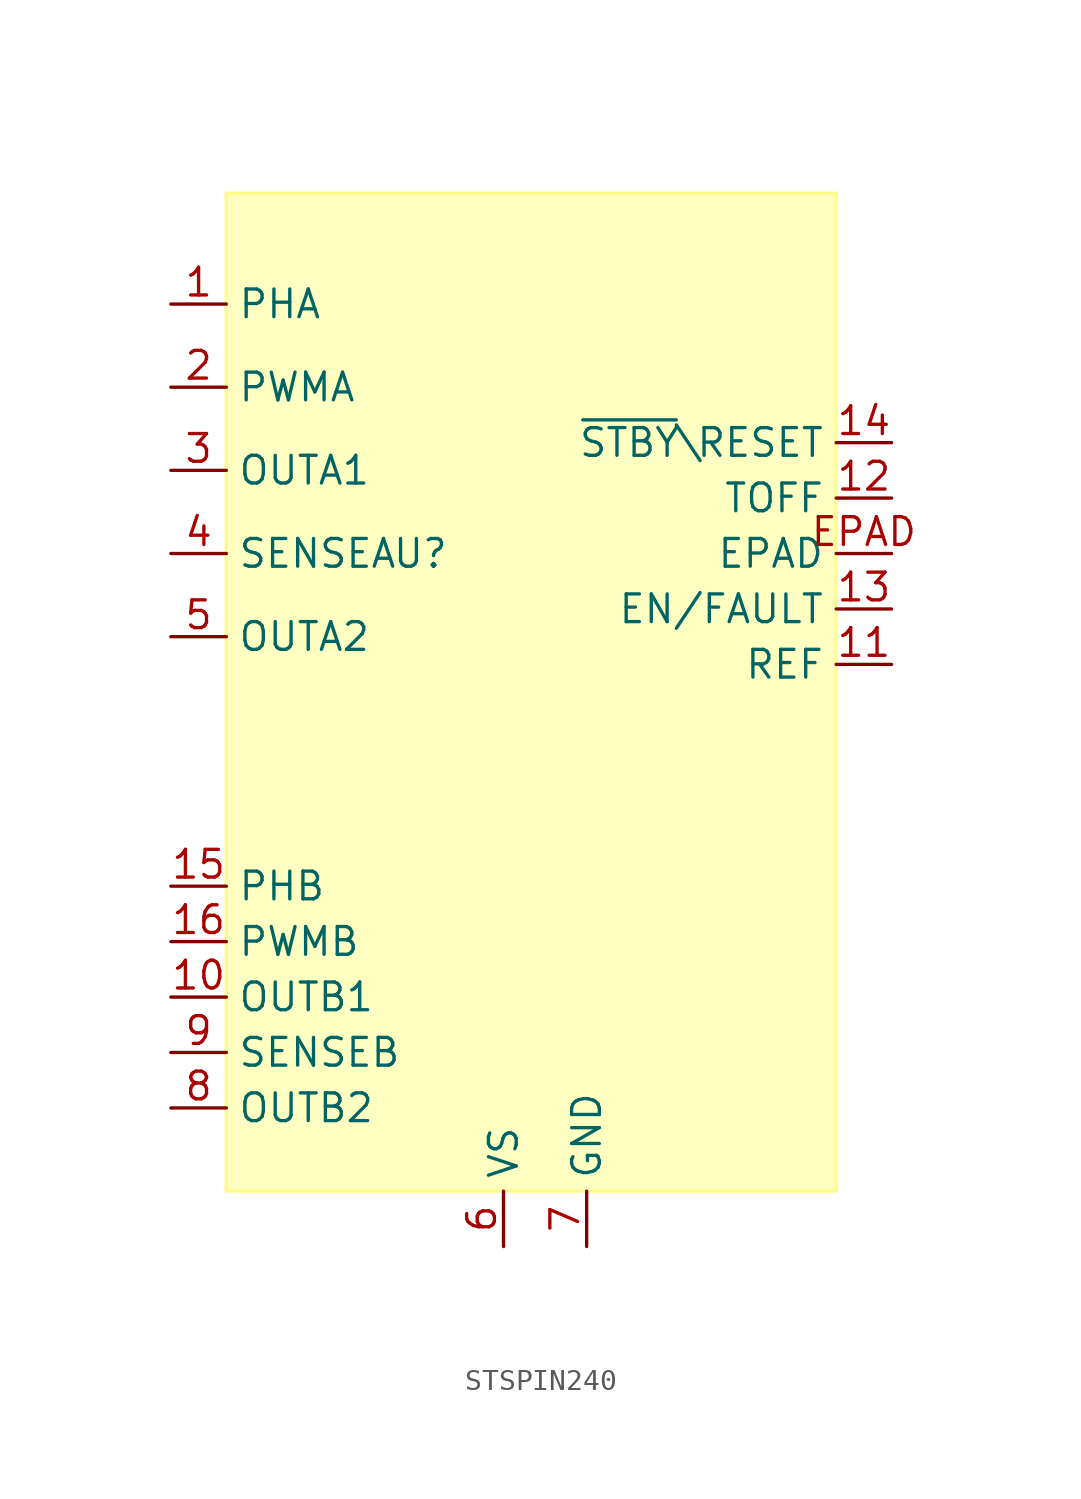
<source format=kicad_sym>
(kicad_symbol_lib
  (version 20220914)
  (generator kicad_symbol_editor)
  (symbol "STSPIN240"
    (property "Reference" "U"
      (at 0 0 0)
      (effects (font (size 1.27 1.27))))
    (property "Value" ""
      (at 0 0 0)
      (effects (font (size 1.27 1.27))))
    (symbol "STSPIN240_1_1"
      (rectangle (start -8.89 16.51) (end 19.05 -29.21) (stroke (width 0) (type solid) (color 255 252 136 1)) (fill (type background)))
      (pin input line (at -11.43 11.43 0) (length 2.54) (name "PHA" (effects (font (size 1.27 1.27)))) (number "1" (effects (font (size 1.27 1.27)))))
      (pin power_out line (at -11.43 -20.32 0) (length 2.54) (name "OUTB1" (effects (font (size 1.27 1.27)))) (number "10" (effects (font (size 1.27 1.27)))))
      (pin input line (at 21.59 -5.08 180) (length 2.54) (name "REF" (effects (font (size 1.27 1.27)))) (number "11" (effects (font (size 1.27 1.27)))))
      (pin input line (at 21.59 2.54 180) (length 2.54) (name "TOFF" (effects (font (size 1.27 1.27)))) (number "12" (effects (font (size 1.27 1.27)))))
      (pin bidirectional line (at 21.59 -2.54 180) (length 2.54) (name "EN/FAULT" (effects (font (size 1.27 1.27)))) (number "13" (effects (font (size 1.27 1.27)))))
      (pin input line (at 21.59 5.08 180) (length 2.54) (name "~{STBY}\\RESET" (effects (font (size 1.27 1.27)))) (number "14" (effects (font (size 1.27 1.27)))))
      (pin input line (at -11.43 -15.24 0) (length 2.54) (name "PHB" (effects (font (size 1.27 1.27)))) (number "15" (effects (font (size 1.27 1.27)))))
      (pin input line (at -11.43 -17.78 0) (length 2.54) (name "PWMB" (effects (font (size 1.27 1.27)))) (number "16" (effects (font (size 1.27 1.27)))))
      (pin input line (at -11.43 7.62 0) (length 2.54) (name "PWMA" (effects (font (size 1.27 1.27)))) (number "2" (effects (font (size 1.27 1.27)))))
      (pin power_out line (at -11.43 3.81 0) (length 2.54) (name "OUTA1" (effects (font (size 1.27 1.27)))) (number "3" (effects (font (size 1.27 1.27)))))
      (pin power_out line (at -11.43 0 0) (length 2.54) (name "SENSEA" (effects (font (size 1.27 1.27)))) (number "4" (effects (font (size 1.27 1.27)))))
      (pin power_out line (at -11.43 -3.81 0) (length 2.54) (name "OUTA2" (effects (font (size 1.27 1.27)))) (number "5" (effects (font (size 1.27 1.27)))))
      (pin power_in line (at 3.81 -31.75 90) (length 2.54) (name "VS" (effects (font (size 1.27 1.27)))) (number "6" (effects (font (size 1.27 1.27)))))
      (pin power_in line (at 7.62 -31.75 90) (length 2.54) (name "GND" (effects (font (size 1.27 1.27)))) (number "7" (effects (font (size 1.27 1.27)))))
      (pin power_out line (at -11.43 -25.4 0) (length 2.54) (name "OUTB2" (effects (font (size 1.27 1.27)))) (number "8" (effects (font (size 1.27 1.27)))))
      (pin power_out line (at -11.43 -22.86 0) (length 2.54) (name "SENSEB" (effects (font (size 1.27 1.27)))) (number "9" (effects (font (size 1.27 1.27)))))
      (pin input line (at 21.59 0 180) (length 2.54) (name "EPAD" (effects (font (size 1.27 1.27)))) (number "EPAD" (effects (font (size 1.27 1.27))))))))
</source>
